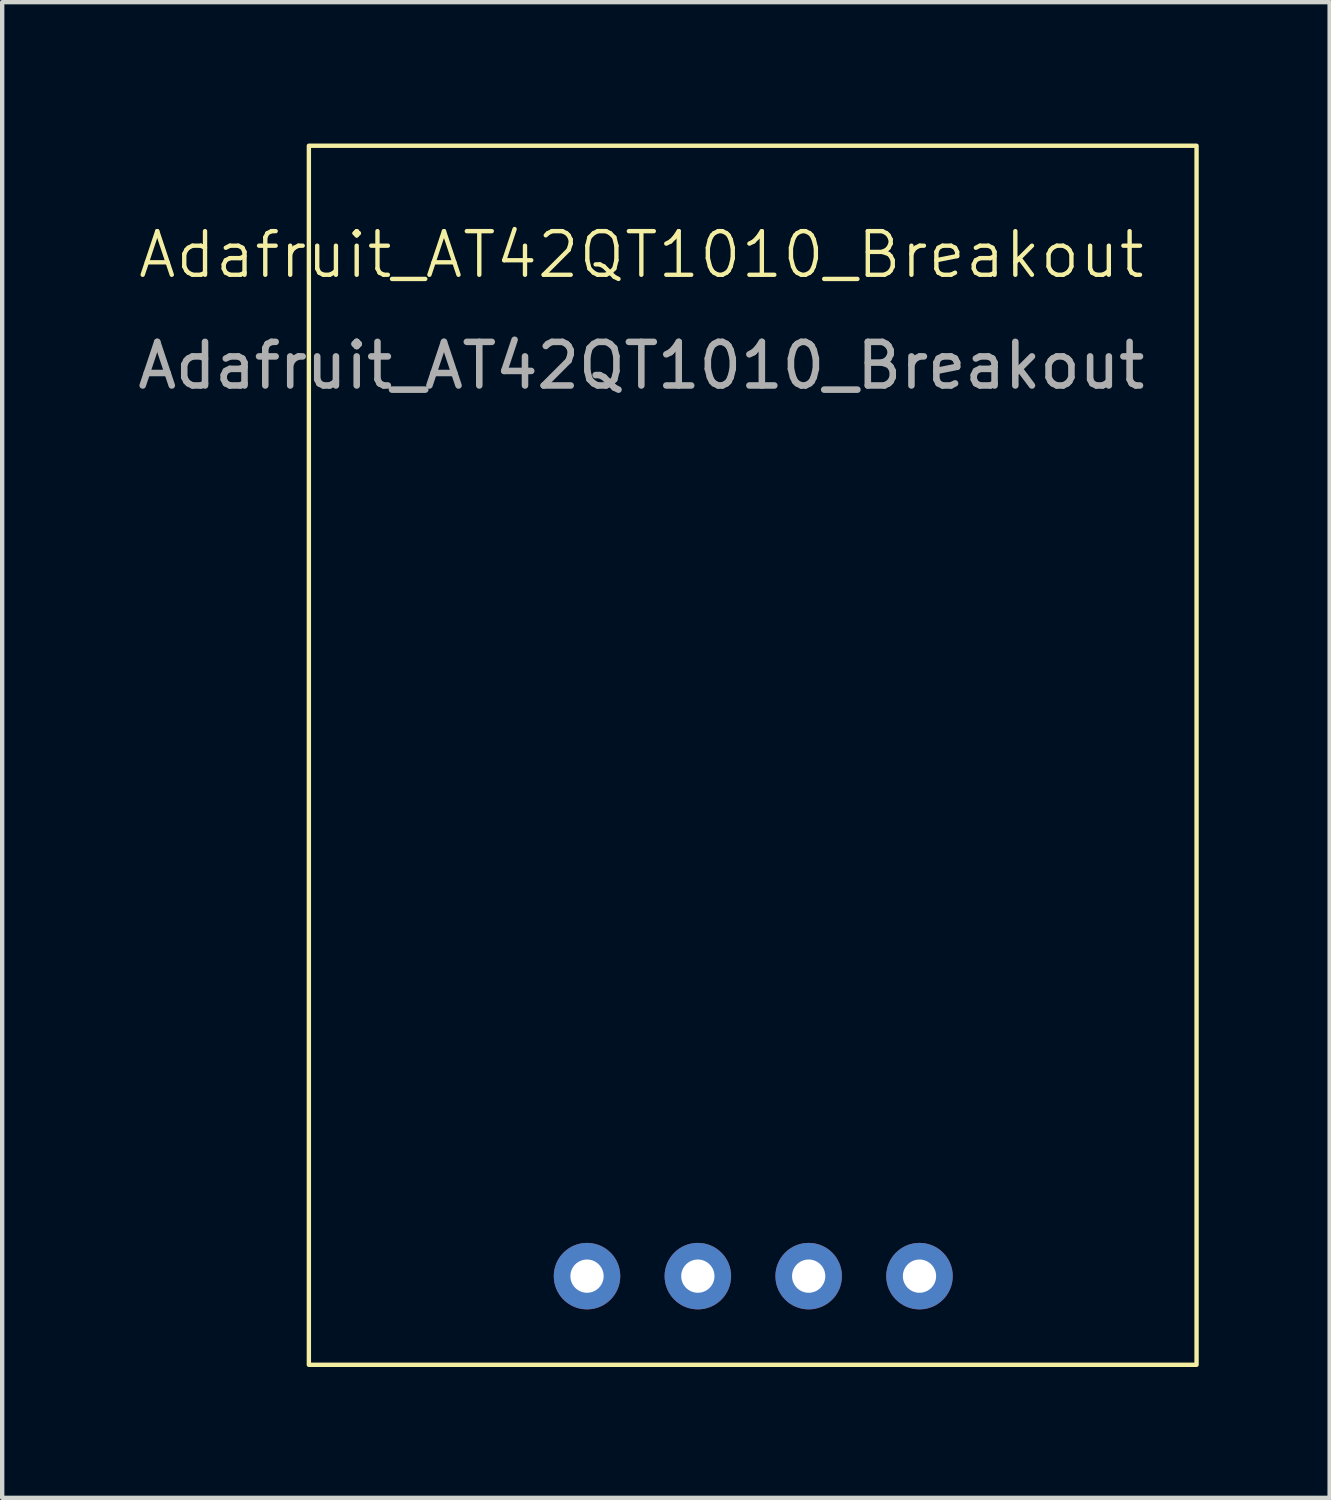
<source format=kicad_pcb>
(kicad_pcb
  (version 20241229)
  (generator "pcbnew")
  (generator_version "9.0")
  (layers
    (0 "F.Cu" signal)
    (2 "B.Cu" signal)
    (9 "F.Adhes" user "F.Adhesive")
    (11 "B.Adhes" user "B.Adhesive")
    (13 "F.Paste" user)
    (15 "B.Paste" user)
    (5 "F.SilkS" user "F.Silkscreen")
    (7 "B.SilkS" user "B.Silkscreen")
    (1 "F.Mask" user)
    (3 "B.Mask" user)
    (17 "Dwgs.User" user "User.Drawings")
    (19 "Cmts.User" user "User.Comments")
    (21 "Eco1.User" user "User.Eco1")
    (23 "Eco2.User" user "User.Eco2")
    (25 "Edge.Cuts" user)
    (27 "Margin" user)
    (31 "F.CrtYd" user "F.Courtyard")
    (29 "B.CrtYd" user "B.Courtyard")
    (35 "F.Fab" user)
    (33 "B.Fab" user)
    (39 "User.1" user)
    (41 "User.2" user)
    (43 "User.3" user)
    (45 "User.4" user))
  (footprint "Adafruit_AT42QT1010_Breakout"
    (layer "F.Cu")
    (at 4.029 0.25)
    (property "Reference" "Adafruit_AT42QT1010_Breakout" (at 7.62 2.54 0) (unlocked yes) (layer "F.SilkS") (effects (font (size 1 1) (thickness 0.1))))
    (attr through_hole)
    (fp_rect (start 0 0.04) (end 20.345 27.98) (stroke (width 0.1) (type default)) (fill no) (layer "F.SilkS"))
    (fp_text user "${REFERENCE}" (at 7.62 5.08 0) (unlocked yes) (layer "F.Fab") (effects (font (size 1 1) (thickness 0.15))))
    (pad "1" thru_hole circle (at 13.995 25.948) (size 1.524 1.524) (drill 0.762) (layers "*.Cu" "*.Mask"))
    (pad "2" thru_hole circle (at 11.455 25.948) (size 1.524 1.524) (drill 0.762) (layers "*.Cu" "*.Mask"))
    (pad "3" thru_hole circle (at 8.915 25.948) (size 1.524 1.524) (drill 0.762) (layers "*.Cu" "*.Mask"))
    (pad "4" thru_hole circle (at 6.375 25.948) (size 1.524 1.524) (drill 0.762) (layers "*.Cu" "*.Mask")))
  (gr_rect
    (start -3 -3)
    (end 27.424 31.28)
    (stroke (width 0.1) (type default))
    (fill no)
    (layer "Edge.Cuts")))
</source>
